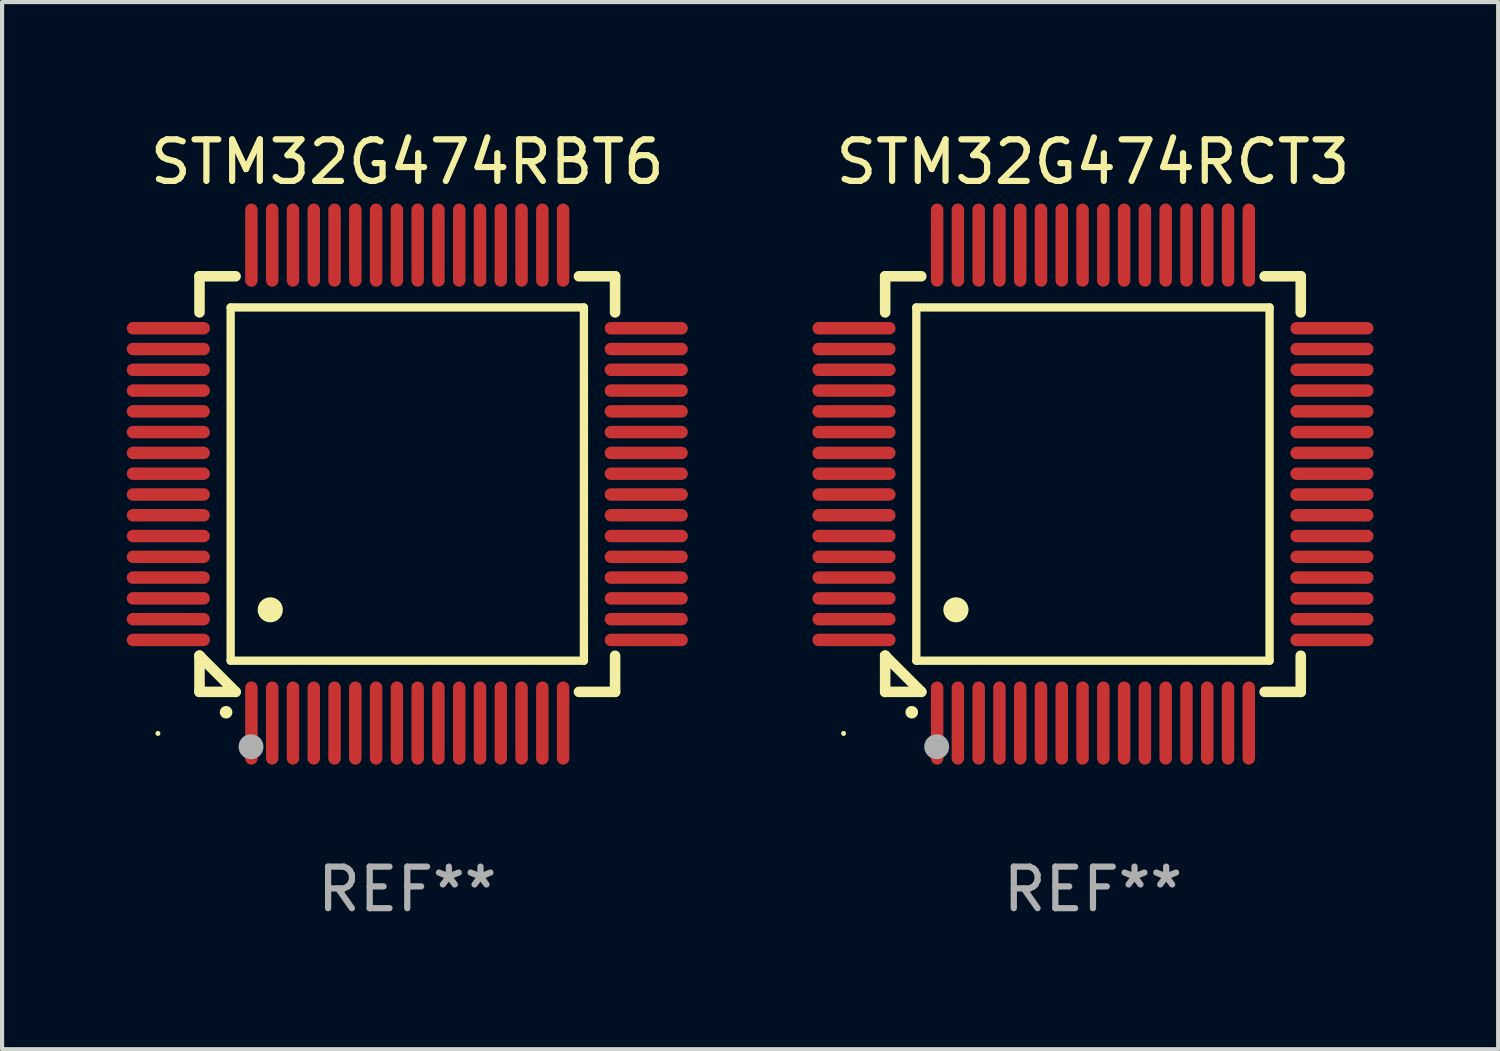
<source format=kicad_pcb>
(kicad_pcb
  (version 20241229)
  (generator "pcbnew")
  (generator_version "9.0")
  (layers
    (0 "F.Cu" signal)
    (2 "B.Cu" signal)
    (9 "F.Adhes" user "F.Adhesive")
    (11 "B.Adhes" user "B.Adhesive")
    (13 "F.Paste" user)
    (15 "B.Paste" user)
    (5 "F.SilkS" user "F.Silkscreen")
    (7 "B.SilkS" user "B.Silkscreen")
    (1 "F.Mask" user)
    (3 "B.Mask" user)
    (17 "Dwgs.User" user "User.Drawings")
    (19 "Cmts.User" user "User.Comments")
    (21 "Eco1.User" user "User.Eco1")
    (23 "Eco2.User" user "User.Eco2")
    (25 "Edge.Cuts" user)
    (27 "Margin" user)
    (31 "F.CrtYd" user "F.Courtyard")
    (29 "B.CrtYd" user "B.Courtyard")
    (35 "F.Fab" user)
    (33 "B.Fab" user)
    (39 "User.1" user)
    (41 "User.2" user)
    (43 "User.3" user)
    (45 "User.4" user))
  (footprint "STM32G474RBT6"
    (layer "F.Cu")
    (at 6.75 8.598)
    (property "Reference" "STM32G474RBT6" (at 0 -7.75 0) (layer "F.SilkS") (effects (font (size 1 1) (thickness 0.15))))
    (attr through_hole)
    (fp_line (start -5 -5) (end -4.131 -5) (stroke (width 0.254) (type solid)) (layer "F.SilkS"))
    (fp_line (start -5 -4.131) (end -5 -5) (stroke (width 0.254) (type solid)) (layer "F.SilkS"))
    (fp_line (start -5 4.131) (end -5 4.131) (stroke (width 0.254) (type solid)) (layer "F.SilkS"))
    (fp_line (start -5 5) (end -5 4.131) (stroke (width 0.254) (type solid)) (layer "F.SilkS"))
    (fp_line (start -5 4.131) (end -4.131 5) (stroke (width 0.254) (type solid)) (layer "F.SilkS"))
    (fp_line (start -4.25 -4.25) (end -4.25 4.25) (stroke (width 0.2) (type solid)) (layer "F.SilkS"))
    (fp_line (start -4.25 4.25) (end 4.25 4.25) (stroke (width 0.2) (type solid)) (layer "F.SilkS"))
    (fp_line (start -4.131 5) (end -5 5) (stroke (width 0.254) (type solid)) (layer "F.SilkS"))
    (fp_line (start 4.25 -4.25) (end -4.25 -4.25) (stroke (width 0.2) (type solid)) (layer "F.SilkS"))
    (fp_line (start 4.25 4.25) (end 4.25 -4.25) (stroke (width 0.2) (type solid)) (layer "F.SilkS"))
    (fp_line (start 5 -5) (end 4.131 -5) (stroke (width 0.254) (type solid)) (layer "F.SilkS"))
    (fp_line (start 5 -5) (end 5 -4.131) (stroke (width 0.254) (type solid)) (layer "F.SilkS"))
    (fp_line (start 5 4.131) (end 5 5) (stroke (width 0.254) (type solid)) (layer "F.SilkS"))
    (fp_line (start 5 5) (end 4.131 5) (stroke (width 0.254) (type solid)) (layer "F.SilkS"))
    (fp_arc (start -4.361265 5.489992) (mid -4.359995 5.489987) (end -4.358725 5.489992) (stroke (width 0.3) (type solid)) (layer "F.SilkS"))
    (fp_arc (start -3.299467 3.025146) (mid -3.296927 3.025135) (end -3.294387 3.025146) (stroke (width 0.6) (type solid)) (layer "F.SilkS"))
    (fp_circle (center -6 6) (end -5.97 6) (stroke (width 0.06) (type solid)) (fill no) (layer "F.SilkS"))
    (fp_circle (center -3.76 6.32) (end -3.61 6.32) (stroke (width 0.3) (type solid)) (fill no) (layer "F.Fab"))
    (fp_text user "REF**" (at 0 9.75 0) (layer "F.Fab") (effects (font (size 1 1) (thickness 0.15))))
    (pad "1" smd oval (at -3.75 5.75) (size 0.3 2) (layers "F.Cu" "F.Mask" "F.Paste"))
    (pad "2" smd oval (at -3.25 5.75) (size 0.3 2) (layers "F.Cu" "F.Mask" "F.Paste"))
    (pad "3" smd oval (at -2.75 5.75) (size 0.3 2) (layers "F.Cu" "F.Mask" "F.Paste"))
    (pad "4" smd oval (at -2.25 5.75) (size 0.3 2) (layers "F.Cu" "F.Mask" "F.Paste"))
    (pad "5" smd oval (at -1.75 5.75) (size 0.3 2) (layers "F.Cu" "F.Mask" "F.Paste"))
    (pad "6" smd oval (at -1.25 5.75) (size 0.3 2) (layers "F.Cu" "F.Mask" "F.Paste"))
    (pad "7" smd oval (at -0.75 5.75) (size 0.3 2) (layers "F.Cu" "F.Mask" "F.Paste"))
    (pad "8" smd oval (at -0.25 5.75) (size 0.3 2) (layers "F.Cu" "F.Mask" "F.Paste"))
    (pad "9" smd oval (at 0.25 5.75) (size 0.3 2) (layers "F.Cu" "F.Mask" "F.Paste"))
    (pad "10" smd oval (at 0.75 5.75) (size 0.3 2) (layers "F.Cu" "F.Mask" "F.Paste"))
    (pad "11" smd oval (at 1.25 5.75) (size 0.3 2) (layers "F.Cu" "F.Mask" "F.Paste"))
    (pad "12" smd oval (at 1.75 5.75) (size 0.3 2) (layers "F.Cu" "F.Mask" "F.Paste"))
    (pad "13" smd oval (at 2.25 5.75) (size 0.3 2) (layers "F.Cu" "F.Mask" "F.Paste"))
    (pad "14" smd oval (at 2.75 5.75) (size 0.3 2) (layers "F.Cu" "F.Mask" "F.Paste"))
    (pad "15" smd oval (at 3.25 5.75) (size 0.3 2) (layers "F.Cu" "F.Mask" "F.Paste"))
    (pad "16" smd oval (at 3.75 5.75) (size 0.3 2) (layers "F.Cu" "F.Mask" "F.Paste"))
    (pad "17" smd oval (at 5.75 3.75) (size 2 0.3) (layers "F.Cu" "F.Mask" "F.Paste"))
    (pad "18" smd oval (at 5.75 3.25) (size 2 0.3) (layers "F.Cu" "F.Mask" "F.Paste"))
    (pad "19" smd oval (at 5.75 2.75) (size 2 0.3) (layers "F.Cu" "F.Mask" "F.Paste"))
    (pad "20" smd oval (at 5.75 2.25) (size 2 0.3) (layers "F.Cu" "F.Mask" "F.Paste"))
    (pad "21" smd oval (at 5.75 1.75) (size 2 0.3) (layers "F.Cu" "F.Mask" "F.Paste"))
    (pad "22" smd oval (at 5.75 1.25) (size 2 0.3) (layers "F.Cu" "F.Mask" "F.Paste"))
    (pad "23" smd oval (at 5.75 0.75) (size 2 0.3) (layers "F.Cu" "F.Mask" "F.Paste"))
    (pad "24" smd oval (at 5.75 0.25) (size 2 0.3) (layers "F.Cu" "F.Mask" "F.Paste"))
    (pad "25" smd oval (at 5.75 -0.25) (size 2 0.3) (layers "F.Cu" "F.Mask" "F.Paste"))
    (pad "26" smd oval (at 5.75 -0.75) (size 2 0.3) (layers "F.Cu" "F.Mask" "F.Paste"))
    (pad "27" smd oval (at 5.75 -1.25) (size 2 0.3) (layers "F.Cu" "F.Mask" "F.Paste"))
    (pad "28" smd oval (at 5.75 -1.75) (size 2 0.3) (layers "F.Cu" "F.Mask" "F.Paste"))
    (pad "29" smd oval (at 5.75 -2.25) (size 2 0.3) (layers "F.Cu" "F.Mask" "F.Paste"))
    (pad "30" smd oval (at 5.75 -2.75) (size 2 0.3) (layers "F.Cu" "F.Mask" "F.Paste"))
    (pad "31" smd oval (at 5.75 -3.25) (size 2 0.3) (layers "F.Cu" "F.Mask" "F.Paste"))
    (pad "32" smd oval (at 5.75 -3.75) (size 2 0.3) (layers "F.Cu" "F.Mask" "F.Paste"))
    (pad "33" smd oval (at 3.75 -5.75) (size 0.3 2) (layers "F.Cu" "F.Mask" "F.Paste"))
    (pad "34" smd oval (at 3.25 -5.75) (size 0.3 2) (layers "F.Cu" "F.Mask" "F.Paste"))
    (pad "35" smd oval (at 2.75 -5.75) (size 0.3 2) (layers "F.Cu" "F.Mask" "F.Paste"))
    (pad "36" smd oval (at 2.25 -5.75) (size 0.3 2) (layers "F.Cu" "F.Mask" "F.Paste"))
    (pad "37" smd oval (at 1.75 -5.75) (size 0.3 2) (layers "F.Cu" "F.Mask" "F.Paste"))
    (pad "38" smd oval (at 1.25 -5.75) (size 0.3 2) (layers "F.Cu" "F.Mask" "F.Paste"))
    (pad "39" smd oval (at 0.75 -5.75) (size 0.3 2) (layers "F.Cu" "F.Mask" "F.Paste"))
    (pad "40" smd oval (at 0.25 -5.75) (size 0.3 2) (layers "F.Cu" "F.Mask" "F.Paste"))
    (pad "41" smd oval (at -0.25 -5.75) (size 0.3 2) (layers "F.Cu" "F.Mask" "F.Paste"))
    (pad "42" smd oval (at -0.75 -5.75) (size 0.3 2) (layers "F.Cu" "F.Mask" "F.Paste"))
    (pad "43" smd oval (at -1.25 -5.75) (size 0.3 2) (layers "F.Cu" "F.Mask" "F.Paste"))
    (pad "44" smd oval (at -1.75 -5.75) (size 0.3 2) (layers "F.Cu" "F.Mask" "F.Paste"))
    (pad "45" smd oval (at -2.25 -5.75) (size 0.3 2) (layers "F.Cu" "F.Mask" "F.Paste"))
    (pad "46" smd oval (at -2.75 -5.75) (size 0.3 2) (layers "F.Cu" "F.Mask" "F.Paste"))
    (pad "47" smd oval (at -3.25 -5.75) (size 0.3 2) (layers "F.Cu" "F.Mask" "F.Paste"))
    (pad "48" smd oval (at -3.75 -5.75) (size 0.3 2) (layers "F.Cu" "F.Mask" "F.Paste"))
    (pad "49" smd oval (at -5.75 -3.75) (size 2 0.3) (layers "F.Cu" "F.Mask" "F.Paste"))
    (pad "50" smd oval (at -5.75 -3.25) (size 2 0.3) (layers "F.Cu" "F.Mask" "F.Paste"))
    (pad "51" smd oval (at -5.75 -2.75) (size 2 0.3) (layers "F.Cu" "F.Mask" "F.Paste"))
    (pad "52" smd oval (at -5.75 -2.25) (size 2 0.3) (layers "F.Cu" "F.Mask" "F.Paste"))
    (pad "53" smd oval (at -5.75 -1.75) (size 2 0.3) (layers "F.Cu" "F.Mask" "F.Paste"))
    (pad "54" smd oval (at -5.75 -1.25) (size 2 0.3) (layers "F.Cu" "F.Mask" "F.Paste"))
    (pad "55" smd oval (at -5.75 -0.75) (size 2 0.3) (layers "F.Cu" "F.Mask" "F.Paste"))
    (pad "56" smd oval (at -5.75 -0.25) (size 2 0.3) (layers "F.Cu" "F.Mask" "F.Paste"))
    (pad "57" smd oval (at -5.75 0.25) (size 2 0.3) (layers "F.Cu" "F.Mask" "F.Paste"))
    (pad "58" smd oval (at -5.75 0.75) (size 2 0.3) (layers "F.Cu" "F.Mask" "F.Paste"))
    (pad "59" smd oval (at -5.75 1.25) (size 2 0.3) (layers "F.Cu" "F.Mask" "F.Paste"))
    (pad "60" smd oval (at -5.75 1.75) (size 2 0.3) (layers "F.Cu" "F.Mask" "F.Paste"))
    (pad "61" smd oval (at -5.75 2.25) (size 2 0.3) (layers "F.Cu" "F.Mask" "F.Paste"))
    (pad "62" smd oval (at -5.75 2.75) (size 2 0.3) (layers "F.Cu" "F.Mask" "F.Paste"))
    (pad "63" smd oval (at -5.75 3.25) (size 2 0.3) (layers "F.Cu" "F.Mask" "F.Paste"))
    (pad "64" smd oval (at -5.75 3.75) (size 2 0.3) (layers "F.Cu" "F.Mask" "F.Paste")))
  (footprint "STM32G474RCT3"
    (layer "F.Cu")
    (at 23.249 8.598)
    (property "Reference" "STM32G474RCT3" (at 0 -7.75 0) (layer "F.SilkS") (effects (font (size 1 1) (thickness 0.15))))
    (attr through_hole)
    (fp_line (start -5 -5) (end -4.131 -5) (stroke (width 0.254) (type solid)) (layer "F.SilkS"))
    (fp_line (start -5 -4.131) (end -5 -5) (stroke (width 0.254) (type solid)) (layer "F.SilkS"))
    (fp_line (start -5 4.131) (end -5 4.131) (stroke (width 0.254) (type solid)) (layer "F.SilkS"))
    (fp_line (start -5 5) (end -5 4.131) (stroke (width 0.254) (type solid)) (layer "F.SilkS"))
    (fp_line (start -5 4.131) (end -4.131 5) (stroke (width 0.254) (type solid)) (layer "F.SilkS"))
    (fp_line (start -4.25 -4.25) (end -4.25 4.25) (stroke (width 0.2) (type solid)) (layer "F.SilkS"))
    (fp_line (start -4.25 4.25) (end 4.25 4.25) (stroke (width 0.2) (type solid)) (layer "F.SilkS"))
    (fp_line (start -4.131 5) (end -5 5) (stroke (width 0.254) (type solid)) (layer "F.SilkS"))
    (fp_line (start 4.25 -4.25) (end -4.25 -4.25) (stroke (width 0.2) (type solid)) (layer "F.SilkS"))
    (fp_line (start 4.25 4.25) (end 4.25 -4.25) (stroke (width 0.2) (type solid)) (layer "F.SilkS"))
    (fp_line (start 5 -5) (end 4.131 -5) (stroke (width 0.254) (type solid)) (layer "F.SilkS"))
    (fp_line (start 5 -5) (end 5 -4.131) (stroke (width 0.254) (type solid)) (layer "F.SilkS"))
    (fp_line (start 5 4.131) (end 5 5) (stroke (width 0.254) (type solid)) (layer "F.SilkS"))
    (fp_line (start 5 5) (end 4.131 5) (stroke (width 0.254) (type solid)) (layer "F.SilkS"))
    (fp_arc (start -4.361265 5.489992) (mid -4.359995 5.489987) (end -4.358725 5.489992) (stroke (width 0.3) (type solid)) (layer "F.SilkS"))
    (fp_arc (start -3.299467 3.025146) (mid -3.296927 3.025135) (end -3.294387 3.025146) (stroke (width 0.6) (type solid)) (layer "F.SilkS"))
    (fp_circle (center -6 6) (end -5.97 6) (stroke (width 0.06) (type solid)) (fill no) (layer "F.SilkS"))
    (fp_circle (center -3.76 6.32) (end -3.61 6.32) (stroke (width 0.3) (type solid)) (fill no) (layer "F.Fab"))
    (fp_text user "REF**" (at 0 9.75 0) (layer "F.Fab") (effects (font (size 1 1) (thickness 0.15))))
    (pad "1" smd oval (at -3.75 5.75) (size 0.3 2) (layers "F.Cu" "F.Mask" "F.Paste"))
    (pad "2" smd oval (at -3.25 5.75) (size 0.3 2) (layers "F.Cu" "F.Mask" "F.Paste"))
    (pad "3" smd oval (at -2.75 5.75) (size 0.3 2) (layers "F.Cu" "F.Mask" "F.Paste"))
    (pad "4" smd oval (at -2.25 5.75) (size 0.3 2) (layers "F.Cu" "F.Mask" "F.Paste"))
    (pad "5" smd oval (at -1.75 5.75) (size 0.3 2) (layers "F.Cu" "F.Mask" "F.Paste"))
    (pad "6" smd oval (at -1.25 5.75) (size 0.3 2) (layers "F.Cu" "F.Mask" "F.Paste"))
    (pad "7" smd oval (at -0.75 5.75) (size 0.3 2) (layers "F.Cu" "F.Mask" "F.Paste"))
    (pad "8" smd oval (at -0.25 5.75) (size 0.3 2) (layers "F.Cu" "F.Mask" "F.Paste"))
    (pad "9" smd oval (at 0.25 5.75) (size 0.3 2) (layers "F.Cu" "F.Mask" "F.Paste"))
    (pad "10" smd oval (at 0.75 5.75) (size 0.3 2) (layers "F.Cu" "F.Mask" "F.Paste"))
    (pad "11" smd oval (at 1.25 5.75) (size 0.3 2) (layers "F.Cu" "F.Mask" "F.Paste"))
    (pad "12" smd oval (at 1.75 5.75) (size 0.3 2) (layers "F.Cu" "F.Mask" "F.Paste"))
    (pad "13" smd oval (at 2.25 5.75) (size 0.3 2) (layers "F.Cu" "F.Mask" "F.Paste"))
    (pad "14" smd oval (at 2.75 5.75) (size 0.3 2) (layers "F.Cu" "F.Mask" "F.Paste"))
    (pad "15" smd oval (at 3.25 5.75) (size 0.3 2) (layers "F.Cu" "F.Mask" "F.Paste"))
    (pad "16" smd oval (at 3.75 5.75) (size 0.3 2) (layers "F.Cu" "F.Mask" "F.Paste"))
    (pad "17" smd oval (at 5.75 3.75) (size 2 0.3) (layers "F.Cu" "F.Mask" "F.Paste"))
    (pad "18" smd oval (at 5.75 3.25) (size 2 0.3) (layers "F.Cu" "F.Mask" "F.Paste"))
    (pad "19" smd oval (at 5.75 2.75) (size 2 0.3) (layers "F.Cu" "F.Mask" "F.Paste"))
    (pad "20" smd oval (at 5.75 2.25) (size 2 0.3) (layers "F.Cu" "F.Mask" "F.Paste"))
    (pad "21" smd oval (at 5.75 1.75) (size 2 0.3) (layers "F.Cu" "F.Mask" "F.Paste"))
    (pad "22" smd oval (at 5.75 1.25) (size 2 0.3) (layers "F.Cu" "F.Mask" "F.Paste"))
    (pad "23" smd oval (at 5.75 0.75) (size 2 0.3) (layers "F.Cu" "F.Mask" "F.Paste"))
    (pad "24" smd oval (at 5.75 0.25) (size 2 0.3) (layers "F.Cu" "F.Mask" "F.Paste"))
    (pad "25" smd oval (at 5.75 -0.25) (size 2 0.3) (layers "F.Cu" "F.Mask" "F.Paste"))
    (pad "26" smd oval (at 5.75 -0.75) (size 2 0.3) (layers "F.Cu" "F.Mask" "F.Paste"))
    (pad "27" smd oval (at 5.75 -1.25) (size 2 0.3) (layers "F.Cu" "F.Mask" "F.Paste"))
    (pad "28" smd oval (at 5.75 -1.75) (size 2 0.3) (layers "F.Cu" "F.Mask" "F.Paste"))
    (pad "29" smd oval (at 5.75 -2.25) (size 2 0.3) (layers "F.Cu" "F.Mask" "F.Paste"))
    (pad "30" smd oval (at 5.75 -2.75) (size 2 0.3) (layers "F.Cu" "F.Mask" "F.Paste"))
    (pad "31" smd oval (at 5.75 -3.25) (size 2 0.3) (layers "F.Cu" "F.Mask" "F.Paste"))
    (pad "32" smd oval (at 5.75 -3.75) (size 2 0.3) (layers "F.Cu" "F.Mask" "F.Paste"))
    (pad "33" smd oval (at 3.75 -5.75) (size 0.3 2) (layers "F.Cu" "F.Mask" "F.Paste"))
    (pad "34" smd oval (at 3.25 -5.75) (size 0.3 2) (layers "F.Cu" "F.Mask" "F.Paste"))
    (pad "35" smd oval (at 2.75 -5.75) (size 0.3 2) (layers "F.Cu" "F.Mask" "F.Paste"))
    (pad "36" smd oval (at 2.25 -5.75) (size 0.3 2) (layers "F.Cu" "F.Mask" "F.Paste"))
    (pad "37" smd oval (at 1.75 -5.75) (size 0.3 2) (layers "F.Cu" "F.Mask" "F.Paste"))
    (pad "38" smd oval (at 1.25 -5.75) (size 0.3 2) (layers "F.Cu" "F.Mask" "F.Paste"))
    (pad "39" smd oval (at 0.75 -5.75) (size 0.3 2) (layers "F.Cu" "F.Mask" "F.Paste"))
    (pad "40" smd oval (at 0.25 -5.75) (size 0.3 2) (layers "F.Cu" "F.Mask" "F.Paste"))
    (pad "41" smd oval (at -0.25 -5.75) (size 0.3 2) (layers "F.Cu" "F.Mask" "F.Paste"))
    (pad "42" smd oval (at -0.75 -5.75) (size 0.3 2) (layers "F.Cu" "F.Mask" "F.Paste"))
    (pad "43" smd oval (at -1.25 -5.75) (size 0.3 2) (layers "F.Cu" "F.Mask" "F.Paste"))
    (pad "44" smd oval (at -1.75 -5.75) (size 0.3 2) (layers "F.Cu" "F.Mask" "F.Paste"))
    (pad "45" smd oval (at -2.25 -5.75) (size 0.3 2) (layers "F.Cu" "F.Mask" "F.Paste"))
    (pad "46" smd oval (at -2.75 -5.75) (size 0.3 2) (layers "F.Cu" "F.Mask" "F.Paste"))
    (pad "47" smd oval (at -3.25 -5.75) (size 0.3 2) (layers "F.Cu" "F.Mask" "F.Paste"))
    (pad "48" smd oval (at -3.75 -5.75) (size 0.3 2) (layers "F.Cu" "F.Mask" "F.Paste"))
    (pad "49" smd oval (at -5.75 -3.75) (size 2 0.3) (layers "F.Cu" "F.Mask" "F.Paste"))
    (pad "50" smd oval (at -5.75 -3.25) (size 2 0.3) (layers "F.Cu" "F.Mask" "F.Paste"))
    (pad "51" smd oval (at -5.75 -2.75) (size 2 0.3) (layers "F.Cu" "F.Mask" "F.Paste"))
    (pad "52" smd oval (at -5.75 -2.25) (size 2 0.3) (layers "F.Cu" "F.Mask" "F.Paste"))
    (pad "53" smd oval (at -5.75 -1.75) (size 2 0.3) (layers "F.Cu" "F.Mask" "F.Paste"))
    (pad "54" smd oval (at -5.75 -1.25) (size 2 0.3) (layers "F.Cu" "F.Mask" "F.Paste"))
    (pad "55" smd oval (at -5.75 -0.75) (size 2 0.3) (layers "F.Cu" "F.Mask" "F.Paste"))
    (pad "56" smd oval (at -5.75 -0.25) (size 2 0.3) (layers "F.Cu" "F.Mask" "F.Paste"))
    (pad "57" smd oval (at -5.75 0.25) (size 2 0.3) (layers "F.Cu" "F.Mask" "F.Paste"))
    (pad "58" smd oval (at -5.75 0.75) (size 2 0.3) (layers "F.Cu" "F.Mask" "F.Paste"))
    (pad "59" smd oval (at -5.75 1.25) (size 2 0.3) (layers "F.Cu" "F.Mask" "F.Paste"))
    (pad "60" smd oval (at -5.75 1.75) (size 2 0.3) (layers "F.Cu" "F.Mask" "F.Paste"))
    (pad "61" smd oval (at -5.75 2.25) (size 2 0.3) (layers "F.Cu" "F.Mask" "F.Paste"))
    (pad "62" smd oval (at -5.75 2.75) (size 2 0.3) (layers "F.Cu" "F.Mask" "F.Paste"))
    (pad "63" smd oval (at -5.75 3.25) (size 2 0.3) (layers "F.Cu" "F.Mask" "F.Paste"))
    (pad "64" smd oval (at -5.75 3.75) (size 2 0.3) (layers "F.Cu" "F.Mask" "F.Paste")))
  (gr_rect
    (start -3 -3)
    (end 32.999 22.196)
    (stroke (width 0.1) (type default))
    (fill no)
    (layer "Edge.Cuts")))
</source>
